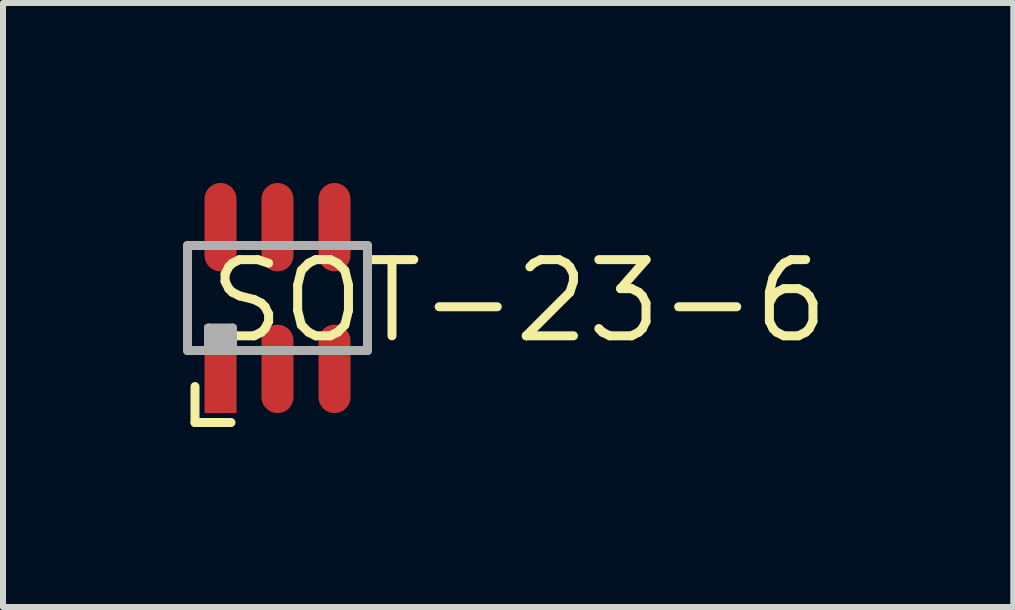
<source format=kicad_pcb>
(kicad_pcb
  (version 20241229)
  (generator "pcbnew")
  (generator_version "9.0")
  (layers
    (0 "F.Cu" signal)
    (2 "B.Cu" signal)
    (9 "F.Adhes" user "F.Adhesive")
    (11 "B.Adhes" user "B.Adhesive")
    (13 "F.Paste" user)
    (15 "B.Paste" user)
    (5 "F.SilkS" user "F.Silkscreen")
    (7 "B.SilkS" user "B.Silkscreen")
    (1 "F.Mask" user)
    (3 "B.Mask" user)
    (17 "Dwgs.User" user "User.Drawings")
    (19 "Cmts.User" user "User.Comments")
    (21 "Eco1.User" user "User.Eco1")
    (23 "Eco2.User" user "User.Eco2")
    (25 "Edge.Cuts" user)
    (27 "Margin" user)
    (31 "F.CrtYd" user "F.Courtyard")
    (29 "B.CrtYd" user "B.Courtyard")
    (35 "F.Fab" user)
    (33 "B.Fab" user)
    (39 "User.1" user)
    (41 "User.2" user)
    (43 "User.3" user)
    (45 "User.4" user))
  (footprint "SOT-23-6"
    (layer "F.Cu")
    (at 1.575 1.917)
    (property "Reference" "SOT-23-6" (at 4.025 0.05 0) (layer "F.SilkS") (effects (font (size 1.27 1.27) (thickness 0.15))))
    (attr smd)
    (fp_line (start -1.5 -0.75) (end -1.5 0.75) (stroke (width 0.15) (type solid)) (layer "F.SilkS"))
    (fp_line (start -1.5 0.75) (end -1.5 -0.75) (stroke (width 0.15) (type solid)) (layer "F.SilkS"))
    (fp_line (start -1.375 2.075) (end -1.375 1.475) (stroke (width 0.15) (type solid)) (layer "F.SilkS"))
    (fp_line (start -0.775 2.075) (end -1.375 2.075) (stroke (width 0.15) (type solid)) (layer "F.SilkS"))
    (fp_line (start 1.5 -0.75) (end 1.5 0.75) (stroke (width 0.15) (type solid)) (layer "F.SilkS"))
    (fp_line (start -1.5 -0.875) (end -1.5 0.875) (stroke (width 0.15) (type solid)) (layer "F.Fab"))
    (fp_line (start -1.5 -0.875) (end 1.5 -0.875) (stroke (width 0.15) (type solid)) (layer "F.Fab"))
    (fp_line (start -1.5 0.875) (end 1.5 0.875) (stroke (width 0.15) (type solid)) (layer "F.Fab"))
    (fp_line (start -1.15 0.5) (end -0.75 0.5) (stroke (width 0.15) (type solid)) (layer "F.Fab"))
    (fp_line (start -1.15 0.85) (end -1.15 0.5) (stroke (width 0.15) (type solid)) (layer "F.Fab"))
    (fp_line (start -1.075 0.6) (end -0.825 0.6) (stroke (width 0.15) (type solid)) (layer "F.Fab"))
    (fp_line (start -1.075 0.65) (end -1.075 0.6) (stroke (width 0.15) (type solid)) (layer "F.Fab"))
    (fp_line (start -1.075 0.8) (end -1.075 0.65) (stroke (width 0.15) (type solid)) (layer "F.Fab"))
    (fp_line (start -0.825 0.6) (end -0.825 0.725) (stroke (width 0.15) (type solid)) (layer "F.Fab"))
    (fp_line (start -0.825 0.725) (end -1 0.725) (stroke (width 0.15) (type solid)) (layer "F.Fab"))
    (fp_line (start -0.75 0.5) (end -0.75 0.8) (stroke (width 0.15) (type solid)) (layer "F.Fab"))
    (fp_line (start -0.75 0.8) (end -1.075 0.8) (stroke (width 0.15) (type solid)) (layer "F.Fab"))
    (fp_line (start 1.5 -0.875) (end 1.5 0.875) (stroke (width 0.15) (type solid)) (layer "F.Fab"))
    (pad "1" smd rect (at -0.95 1.181) (size 0.533 1.473) (layers "F.Cu" "F.Mask" "F.Paste"))
    (pad "2" smd oval (at 0 1.181) (size 0.533 1.473) (layers "F.Cu" "F.Mask" "F.Paste"))
    (pad "3" smd oval (at 0.95 1.181) (size 0.533 1.473) (layers "F.Cu" "F.Mask" "F.Paste"))
    (pad "4" smd oval (at 0.95 -1.181) (size 0.533 1.473) (layers "F.Cu" "F.Mask" "F.Paste"))
    (pad "5" smd oval (at 0 -1.181) (size 0.533 1.473) (layers "F.Cu" "F.Mask" "F.Paste"))
    (pad "6" smd oval (at -0.95 -1.181) (size 0.533 1.473) (layers "F.Cu" "F.Mask" "F.Paste")))
  (gr_rect
    (start -3 -3)
    (end 13.838 7.067)
    (stroke (width 0.1) (type default))
    (fill no)
    (layer "Edge.Cuts")))
</source>
